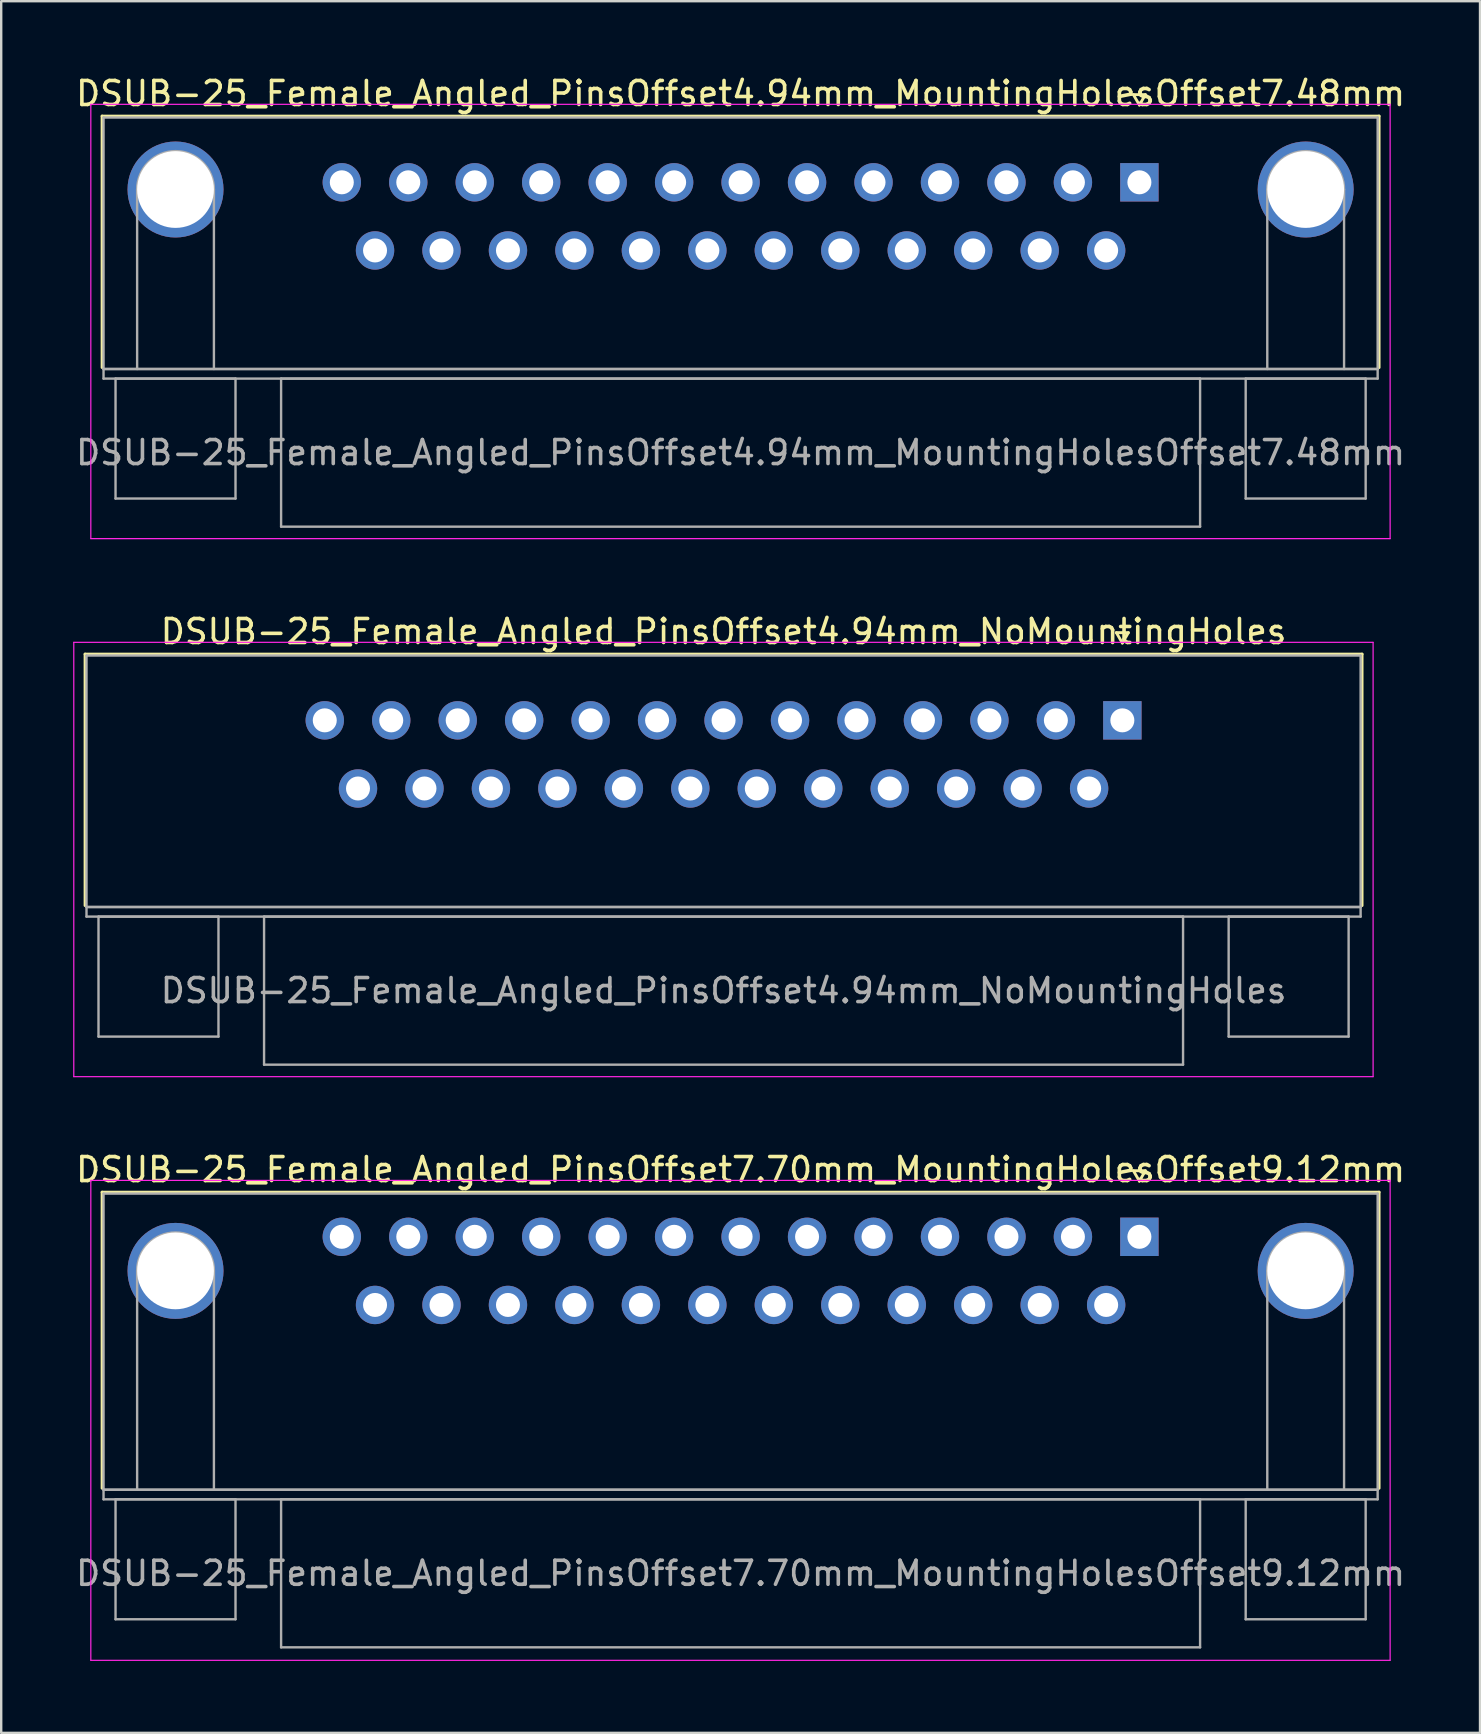
<source format=kicad_pcb>
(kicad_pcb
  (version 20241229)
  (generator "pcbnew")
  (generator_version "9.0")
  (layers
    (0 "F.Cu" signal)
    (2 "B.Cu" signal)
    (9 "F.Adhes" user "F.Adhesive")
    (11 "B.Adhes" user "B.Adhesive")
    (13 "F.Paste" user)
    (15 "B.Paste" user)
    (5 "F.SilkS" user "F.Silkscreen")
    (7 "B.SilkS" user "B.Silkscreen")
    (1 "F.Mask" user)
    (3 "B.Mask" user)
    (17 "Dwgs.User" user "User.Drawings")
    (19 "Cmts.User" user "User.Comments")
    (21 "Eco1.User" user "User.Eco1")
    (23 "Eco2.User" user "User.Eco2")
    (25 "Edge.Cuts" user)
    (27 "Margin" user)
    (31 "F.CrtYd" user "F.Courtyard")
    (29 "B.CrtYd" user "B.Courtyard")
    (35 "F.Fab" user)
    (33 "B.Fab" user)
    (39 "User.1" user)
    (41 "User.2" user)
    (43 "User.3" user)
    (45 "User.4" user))
  (footprint "DSUB-25_Female_Angled_PinsOffset4.94mm_NoMountingHoles"
    (layer "F.Cu")
    (at 43.725 26.971)
    (property "Reference" "DSUB-25_Female_Angled_PinsOffset4.94mm_NoMountingHoles" (at -16.62 -3.7 0) (layer "F.SilkS") (effects (font (size 1 1) (thickness 0.15))))
    (attr through_hole)
    (fp_line (start -43.23 -2.76) (end 9.99 -2.76) (stroke (width 0.12) (type solid)) (layer "F.SilkS"))
    (fp_line (start -43.23 7.72) (end -43.23 -2.76) (stroke (width 0.12) (type solid)) (layer "F.SilkS"))
    (fp_line (start -0.25 -3.654) (end 0.25 -3.654) (stroke (width 0.12) (type solid)) (layer "F.SilkS"))
    (fp_line (start 0 -3.221) (end -0.25 -3.654) (stroke (width 0.12) (type solid)) (layer "F.SilkS"))
    (fp_line (start 0.25 -3.654) (end 0 -3.221) (stroke (width 0.12) (type solid)) (layer "F.SilkS"))
    (fp_line (start 9.99 -2.76) (end 9.99 7.72) (stroke (width 0.12) (type solid)) (layer "F.SilkS"))
    (fp_line (start -43.7 -3.25) (end -43.7 14.85) (stroke (width 0.05) (type solid)) (layer "F.CrtYd"))
    (fp_line (start -43.7 14.85) (end 10.45 14.85) (stroke (width 0.05) (type solid)) (layer "F.CrtYd"))
    (fp_line (start 10.45 -3.25) (end -43.7 -3.25) (stroke (width 0.05) (type solid)) (layer "F.CrtYd"))
    (fp_line (start 10.45 14.85) (end 10.45 -3.25) (stroke (width 0.05) (type solid)) (layer "F.CrtYd"))
    (fp_line (start -43.17 -2.7) (end -43.17 7.78) (stroke (width 0.1) (type solid)) (layer "F.Fab"))
    (fp_line (start -43.17 7.78) (end -43.17 8.18) (stroke (width 0.1) (type solid)) (layer "F.Fab"))
    (fp_line (start -43.17 7.78) (end 9.93 7.78) (stroke (width 0.1) (type solid)) (layer "F.Fab"))
    (fp_line (start -43.17 8.18) (end 9.93 8.18) (stroke (width 0.1) (type solid)) (layer "F.Fab"))
    (fp_line (start -42.67 8.18) (end -42.67 13.18) (stroke (width 0.1) (type solid)) (layer "F.Fab"))
    (fp_line (start -42.67 13.18) (end -37.67 13.18) (stroke (width 0.1) (type solid)) (layer "F.Fab"))
    (fp_line (start -37.67 8.18) (end -42.67 8.18) (stroke (width 0.1) (type solid)) (layer "F.Fab"))
    (fp_line (start -37.67 13.18) (end -37.67 8.18) (stroke (width 0.1) (type solid)) (layer "F.Fab"))
    (fp_line (start -35.77 8.18) (end -35.77 14.35) (stroke (width 0.1) (type solid)) (layer "F.Fab"))
    (fp_line (start -35.77 14.35) (end 2.53 14.35) (stroke (width 0.1) (type solid)) (layer "F.Fab"))
    (fp_line (start 2.53 8.18) (end -35.77 8.18) (stroke (width 0.1) (type solid)) (layer "F.Fab"))
    (fp_line (start 2.53 14.35) (end 2.53 8.18) (stroke (width 0.1) (type solid)) (layer "F.Fab"))
    (fp_line (start 4.43 8.18) (end 4.43 13.18) (stroke (width 0.1) (type solid)) (layer "F.Fab"))
    (fp_line (start 4.43 13.18) (end 9.43 13.18) (stroke (width 0.1) (type solid)) (layer "F.Fab"))
    (fp_line (start 9.43 8.18) (end 4.43 8.18) (stroke (width 0.1) (type solid)) (layer "F.Fab"))
    (fp_line (start 9.43 13.18) (end 9.43 8.18) (stroke (width 0.1) (type solid)) (layer "F.Fab"))
    (fp_line (start 9.93 -2.7) (end -43.17 -2.7) (stroke (width 0.1) (type solid)) (layer "F.Fab"))
    (fp_line (start 9.93 7.78) (end -43.17 7.78) (stroke (width 0.1) (type solid)) (layer "F.Fab"))
    (fp_line (start 9.93 7.78) (end 9.93 -2.7) (stroke (width 0.1) (type solid)) (layer "F.Fab"))
    (fp_line (start 9.93 8.18) (end 9.93 7.78) (stroke (width 0.1) (type solid)) (layer "F.Fab"))
    (fp_text user "${REFERENCE}" (at -16.62 11.265 0) (layer "F.Fab") (effects (font (size 1 1) (thickness 0.15))))
    (pad "1" thru_hole rect (at 0 0) (size 1.6 1.6) (drill 1) (layers "*.Cu" "*.Mask"))
    (pad "2" thru_hole circle (at -2.77 0) (size 1.6 1.6) (drill 1) (layers "*.Cu" "*.Mask"))
    (pad "3" thru_hole circle (at -5.54 0) (size 1.6 1.6) (drill 1) (layers "*.Cu" "*.Mask"))
    (pad "4" thru_hole circle (at -8.31 0) (size 1.6 1.6) (drill 1) (layers "*.Cu" "*.Mask"))
    (pad "5" thru_hole circle (at -11.08 0) (size 1.6 1.6) (drill 1) (layers "*.Cu" "*.Mask"))
    (pad "6" thru_hole circle (at -13.85 0) (size 1.6 1.6) (drill 1) (layers "*.Cu" "*.Mask"))
    (pad "7" thru_hole circle (at -16.62 0) (size 1.6 1.6) (drill 1) (layers "*.Cu" "*.Mask"))
    (pad "8" thru_hole circle (at -19.39 0) (size 1.6 1.6) (drill 1) (layers "*.Cu" "*.Mask"))
    (pad "9" thru_hole circle (at -22.16 0) (size 1.6 1.6) (drill 1) (layers "*.Cu" "*.Mask"))
    (pad "10" thru_hole circle (at -24.93 0) (size 1.6 1.6) (drill 1) (layers "*.Cu" "*.Mask"))
    (pad "11" thru_hole circle (at -27.7 0) (size 1.6 1.6) (drill 1) (layers "*.Cu" "*.Mask"))
    (pad "12" thru_hole circle (at -30.47 0) (size 1.6 1.6) (drill 1) (layers "*.Cu" "*.Mask"))
    (pad "13" thru_hole circle (at -33.24 0) (size 1.6 1.6) (drill 1) (layers "*.Cu" "*.Mask"))
    (pad "14" thru_hole circle (at -1.385 2.84) (size 1.6 1.6) (drill 1) (layers "*.Cu" "*.Mask"))
    (pad "15" thru_hole circle (at -4.155 2.84) (size 1.6 1.6) (drill 1) (layers "*.Cu" "*.Mask"))
    (pad "16" thru_hole circle (at -6.925 2.84) (size 1.6 1.6) (drill 1) (layers "*.Cu" "*.Mask"))
    (pad "17" thru_hole circle (at -9.695 2.84) (size 1.6 1.6) (drill 1) (layers "*.Cu" "*.Mask"))
    (pad "18" thru_hole circle (at -12.465 2.84) (size 1.6 1.6) (drill 1) (layers "*.Cu" "*.Mask"))
    (pad "19" thru_hole circle (at -15.235 2.84) (size 1.6 1.6) (drill 1) (layers "*.Cu" "*.Mask"))
    (pad "20" thru_hole circle (at -18.005 2.84) (size 1.6 1.6) (drill 1) (layers "*.Cu" "*.Mask"))
    (pad "21" thru_hole circle (at -20.775 2.84) (size 1.6 1.6) (drill 1) (layers "*.Cu" "*.Mask"))
    (pad "22" thru_hole circle (at -23.545 2.84) (size 1.6 1.6) (drill 1) (layers "*.Cu" "*.Mask"))
    (pad "23" thru_hole circle (at -26.315 2.84) (size 1.6 1.6) (drill 1) (layers "*.Cu" "*.Mask"))
    (pad "24" thru_hole circle (at -29.085 2.84) (size 1.6 1.6) (drill 1) (layers "*.Cu" "*.Mask"))
    (pad "25" thru_hole circle (at -31.855 2.84) (size 1.6 1.6) (drill 1) (layers "*.Cu" "*.Mask")))
  (footprint "DSUB-25_Female_Angled_PinsOffset4.94mm_MountingHolesOffset7.48mm"
    (layer "F.Cu")
    (at 44.435 4.548)
    (property "Reference" "DSUB-25_Female_Angled_PinsOffset4.94mm_MountingHolesOffset7.48mm" (at -16.62 -3.7 0) (layer "F.SilkS") (effects (font (size 1 1) (thickness 0.15))))
    (attr through_hole)
    (fp_line (start -43.23 -2.76) (end 9.99 -2.76) (stroke (width 0.12) (type solid)) (layer "F.SilkS"))
    (fp_line (start -43.23 7.72) (end -43.23 -2.76) (stroke (width 0.12) (type solid)) (layer "F.SilkS"))
    (fp_line (start -0.25 -3.654) (end 0.25 -3.654) (stroke (width 0.12) (type solid)) (layer "F.SilkS"))
    (fp_line (start 0 -3.221) (end -0.25 -3.654) (stroke (width 0.12) (type solid)) (layer "F.SilkS"))
    (fp_line (start 0.25 -3.654) (end 0 -3.221) (stroke (width 0.12) (type solid)) (layer "F.SilkS"))
    (fp_line (start 9.99 -2.76) (end 9.99 7.72) (stroke (width 0.12) (type solid)) (layer "F.SilkS"))
    (fp_line (start -43.7 -3.25) (end -43.7 14.85) (stroke (width 0.05) (type solid)) (layer "F.CrtYd"))
    (fp_line (start -43.7 14.85) (end 10.45 14.85) (stroke (width 0.05) (type solid)) (layer "F.CrtYd"))
    (fp_line (start 10.45 -3.25) (end -43.7 -3.25) (stroke (width 0.05) (type solid)) (layer "F.CrtYd"))
    (fp_line (start 10.45 14.85) (end 10.45 -3.25) (stroke (width 0.05) (type solid)) (layer "F.CrtYd"))
    (fp_line (start -43.17 -2.7) (end -43.17 7.78) (stroke (width 0.1) (type solid)) (layer "F.Fab"))
    (fp_line (start -43.17 7.78) (end -43.17 8.18) (stroke (width 0.1) (type solid)) (layer "F.Fab"))
    (fp_line (start -43.17 7.78) (end 9.93 7.78) (stroke (width 0.1) (type solid)) (layer "F.Fab"))
    (fp_line (start -43.17 8.18) (end 9.93 8.18) (stroke (width 0.1) (type solid)) (layer "F.Fab"))
    (fp_line (start -42.67 8.18) (end -42.67 13.18) (stroke (width 0.1) (type solid)) (layer "F.Fab"))
    (fp_line (start -42.67 13.18) (end -37.67 13.18) (stroke (width 0.1) (type solid)) (layer "F.Fab"))
    (fp_line (start -41.77 7.78) (end -41.77 0.3) (stroke (width 0.1) (type solid)) (layer "F.Fab"))
    (fp_line (start -38.57 7.78) (end -38.57 0.3) (stroke (width 0.1) (type solid)) (layer "F.Fab"))
    (fp_line (start -37.67 8.18) (end -42.67 8.18) (stroke (width 0.1) (type solid)) (layer "F.Fab"))
    (fp_line (start -37.67 13.18) (end -37.67 8.18) (stroke (width 0.1) (type solid)) (layer "F.Fab"))
    (fp_line (start -35.77 8.18) (end -35.77 14.35) (stroke (width 0.1) (type solid)) (layer "F.Fab"))
    (fp_line (start -35.77 14.35) (end 2.53 14.35) (stroke (width 0.1) (type solid)) (layer "F.Fab"))
    (fp_line (start 2.53 8.18) (end -35.77 8.18) (stroke (width 0.1) (type solid)) (layer "F.Fab"))
    (fp_line (start 2.53 14.35) (end 2.53 8.18) (stroke (width 0.1) (type solid)) (layer "F.Fab"))
    (fp_line (start 4.43 8.18) (end 4.43 13.18) (stroke (width 0.1) (type solid)) (layer "F.Fab"))
    (fp_line (start 4.43 13.18) (end 9.43 13.18) (stroke (width 0.1) (type solid)) (layer "F.Fab"))
    (fp_line (start 5.33 7.78) (end 5.33 0.3) (stroke (width 0.1) (type solid)) (layer "F.Fab"))
    (fp_line (start 8.53 7.78) (end 8.53 0.3) (stroke (width 0.1) (type solid)) (layer "F.Fab"))
    (fp_line (start 9.43 8.18) (end 4.43 8.18) (stroke (width 0.1) (type solid)) (layer "F.Fab"))
    (fp_line (start 9.43 13.18) (end 9.43 8.18) (stroke (width 0.1) (type solid)) (layer "F.Fab"))
    (fp_line (start 9.93 -2.7) (end -43.17 -2.7) (stroke (width 0.1) (type solid)) (layer "F.Fab"))
    (fp_line (start 9.93 7.78) (end -43.17 7.78) (stroke (width 0.1) (type solid)) (layer "F.Fab"))
    (fp_line (start 9.93 7.78) (end 9.93 -2.7) (stroke (width 0.1) (type solid)) (layer "F.Fab"))
    (fp_line (start 9.93 8.18) (end 9.93 7.78) (stroke (width 0.1) (type solid)) (layer "F.Fab"))
    (fp_arc (start -41.77 0.3) (mid -40.17 -1.3) (end -38.57 0.3) (stroke (width 0.1) (type solid)) (layer "F.Fab"))
    (fp_arc (start 5.33 0.3) (mid 6.93 -1.3) (end 8.53 0.3) (stroke (width 0.1) (type solid)) (layer "F.Fab"))
    (fp_text user "${REFERENCE}" (at -16.62 11.265 0) (layer "F.Fab") (effects (font (size 1 1) (thickness 0.15))))
    (pad "0" thru_hole circle (at -40.17 0.3) (size 4 4) (drill 3.2) (layers "*.Cu" "*.Mask"))
    (pad "0" thru_hole circle (at 6.93 0.3) (size 4 4) (drill 3.2) (layers "*.Cu" "*.Mask"))
    (pad "1" thru_hole rect (at 0 0) (size 1.6 1.6) (drill 1) (layers "*.Cu" "*.Mask"))
    (pad "2" thru_hole circle (at -2.77 0) (size 1.6 1.6) (drill 1) (layers "*.Cu" "*.Mask"))
    (pad "3" thru_hole circle (at -5.54 0) (size 1.6 1.6) (drill 1) (layers "*.Cu" "*.Mask"))
    (pad "4" thru_hole circle (at -8.31 0) (size 1.6 1.6) (drill 1) (layers "*.Cu" "*.Mask"))
    (pad "5" thru_hole circle (at -11.08 0) (size 1.6 1.6) (drill 1) (layers "*.Cu" "*.Mask"))
    (pad "6" thru_hole circle (at -13.85 0) (size 1.6 1.6) (drill 1) (layers "*.Cu" "*.Mask"))
    (pad "7" thru_hole circle (at -16.62 0) (size 1.6 1.6) (drill 1) (layers "*.Cu" "*.Mask"))
    (pad "8" thru_hole circle (at -19.39 0) (size 1.6 1.6) (drill 1) (layers "*.Cu" "*.Mask"))
    (pad "9" thru_hole circle (at -22.16 0) (size 1.6 1.6) (drill 1) (layers "*.Cu" "*.Mask"))
    (pad "10" thru_hole circle (at -24.93 0) (size 1.6 1.6) (drill 1) (layers "*.Cu" "*.Mask"))
    (pad "11" thru_hole circle (at -27.7 0) (size 1.6 1.6) (drill 1) (layers "*.Cu" "*.Mask"))
    (pad "12" thru_hole circle (at -30.47 0) (size 1.6 1.6) (drill 1) (layers "*.Cu" "*.Mask"))
    (pad "13" thru_hole circle (at -33.24 0) (size 1.6 1.6) (drill 1) (layers "*.Cu" "*.Mask"))
    (pad "14" thru_hole circle (at -1.385 2.84) (size 1.6 1.6) (drill 1) (layers "*.Cu" "*.Mask"))
    (pad "15" thru_hole circle (at -4.155 2.84) (size 1.6 1.6) (drill 1) (layers "*.Cu" "*.Mask"))
    (pad "16" thru_hole circle (at -6.925 2.84) (size 1.6 1.6) (drill 1) (layers "*.Cu" "*.Mask"))
    (pad "17" thru_hole circle (at -9.695 2.84) (size 1.6 1.6) (drill 1) (layers "*.Cu" "*.Mask"))
    (pad "18" thru_hole circle (at -12.465 2.84) (size 1.6 1.6) (drill 1) (layers "*.Cu" "*.Mask"))
    (pad "19" thru_hole circle (at -15.235 2.84) (size 1.6 1.6) (drill 1) (layers "*.Cu" "*.Mask"))
    (pad "20" thru_hole circle (at -18.005 2.84) (size 1.6 1.6) (drill 1) (layers "*.Cu" "*.Mask"))
    (pad "21" thru_hole circle (at -20.775 2.84) (size 1.6 1.6) (drill 1) (layers "*.Cu" "*.Mask"))
    (pad "22" thru_hole circle (at -23.545 2.84) (size 1.6 1.6) (drill 1) (layers "*.Cu" "*.Mask"))
    (pad "23" thru_hole circle (at -26.315 2.84) (size 1.6 1.6) (drill 1) (layers "*.Cu" "*.Mask"))
    (pad "24" thru_hole circle (at -29.085 2.84) (size 1.6 1.6) (drill 1) (layers "*.Cu" "*.Mask"))
    (pad "25" thru_hole circle (at -31.855 2.84) (size 1.6 1.6) (drill 1) (layers "*.Cu" "*.Mask")))
  (footprint "DSUB-25_Female_Angled_PinsOffset7.70mm_MountingHolesOffset9.12mm"
    (layer "F.Cu")
    (at 44.435 48.495)
    (property "Reference" "DSUB-25_Female_Angled_PinsOffset7.70mm_MountingHolesOffset9.12mm" (at -16.62 -2.8 0) (layer "F.SilkS") (effects (font (size 1 1) (thickness 0.15))))
    (attr through_hole)
    (fp_line (start -43.23 -1.86) (end 9.99 -1.86) (stroke (width 0.12) (type solid)) (layer "F.SilkS"))
    (fp_line (start -43.23 10.48) (end -43.23 -1.86) (stroke (width 0.12) (type solid)) (layer "F.SilkS"))
    (fp_line (start -0.25 -2.754) (end 0.25 -2.754) (stroke (width 0.12) (type solid)) (layer "F.SilkS"))
    (fp_line (start 0 -2.321) (end -0.25 -2.754) (stroke (width 0.12) (type solid)) (layer "F.SilkS"))
    (fp_line (start 0.25 -2.754) (end 0 -2.321) (stroke (width 0.12) (type solid)) (layer "F.SilkS"))
    (fp_line (start 9.99 -1.86) (end 9.99 10.48) (stroke (width 0.12) (type solid)) (layer "F.SilkS"))
    (fp_line (start -43.7 -2.35) (end -43.7 17.65) (stroke (width 0.05) (type solid)) (layer "F.CrtYd"))
    (fp_line (start -43.7 17.65) (end 10.45 17.65) (stroke (width 0.05) (type solid)) (layer "F.CrtYd"))
    (fp_line (start 10.45 -2.35) (end -43.7 -2.35) (stroke (width 0.05) (type solid)) (layer "F.CrtYd"))
    (fp_line (start 10.45 17.65) (end 10.45 -2.35) (stroke (width 0.05) (type solid)) (layer "F.CrtYd"))
    (fp_line (start -43.17 -1.8) (end -43.17 10.54) (stroke (width 0.1) (type solid)) (layer "F.Fab"))
    (fp_line (start -43.17 10.54) (end -43.17 10.94) (stroke (width 0.1) (type solid)) (layer "F.Fab"))
    (fp_line (start -43.17 10.54) (end 9.93 10.54) (stroke (width 0.1) (type solid)) (layer "F.Fab"))
    (fp_line (start -43.17 10.94) (end 9.93 10.94) (stroke (width 0.1) (type solid)) (layer "F.Fab"))
    (fp_line (start -42.67 10.94) (end -42.67 15.94) (stroke (width 0.1) (type solid)) (layer "F.Fab"))
    (fp_line (start -42.67 15.94) (end -37.67 15.94) (stroke (width 0.1) (type solid)) (layer "F.Fab"))
    (fp_line (start -41.77 10.54) (end -41.77 1.42) (stroke (width 0.1) (type solid)) (layer "F.Fab"))
    (fp_line (start -38.57 10.54) (end -38.57 1.42) (stroke (width 0.1) (type solid)) (layer "F.Fab"))
    (fp_line (start -37.67 10.94) (end -42.67 10.94) (stroke (width 0.1) (type solid)) (layer "F.Fab"))
    (fp_line (start -37.67 15.94) (end -37.67 10.94) (stroke (width 0.1) (type solid)) (layer "F.Fab"))
    (fp_line (start -35.77 10.94) (end -35.77 17.11) (stroke (width 0.1) (type solid)) (layer "F.Fab"))
    (fp_line (start -35.77 17.11) (end 2.53 17.11) (stroke (width 0.1) (type solid)) (layer "F.Fab"))
    (fp_line (start 2.53 10.94) (end -35.77 10.94) (stroke (width 0.1) (type solid)) (layer "F.Fab"))
    (fp_line (start 2.53 17.11) (end 2.53 10.94) (stroke (width 0.1) (type solid)) (layer "F.Fab"))
    (fp_line (start 4.43 10.94) (end 4.43 15.94) (stroke (width 0.1) (type solid)) (layer "F.Fab"))
    (fp_line (start 4.43 15.94) (end 9.43 15.94) (stroke (width 0.1) (type solid)) (layer "F.Fab"))
    (fp_line (start 5.33 10.54) (end 5.33 1.42) (stroke (width 0.1) (type solid)) (layer "F.Fab"))
    (fp_line (start 8.53 10.54) (end 8.53 1.42) (stroke (width 0.1) (type solid)) (layer "F.Fab"))
    (fp_line (start 9.43 10.94) (end 4.43 10.94) (stroke (width 0.1) (type solid)) (layer "F.Fab"))
    (fp_line (start 9.43 15.94) (end 9.43 10.94) (stroke (width 0.1) (type solid)) (layer "F.Fab"))
    (fp_line (start 9.93 -1.8) (end -43.17 -1.8) (stroke (width 0.1) (type solid)) (layer "F.Fab"))
    (fp_line (start 9.93 10.54) (end -43.17 10.54) (stroke (width 0.1) (type solid)) (layer "F.Fab"))
    (fp_line (start 9.93 10.54) (end 9.93 -1.8) (stroke (width 0.1) (type solid)) (layer "F.Fab"))
    (fp_line (start 9.93 10.94) (end 9.93 10.54) (stroke (width 0.1) (type solid)) (layer "F.Fab"))
    (fp_arc (start -41.77 1.42) (mid -40.17 -0.18) (end -38.57 1.42) (stroke (width 0.1) (type solid)) (layer "F.Fab"))
    (fp_arc (start 5.33 1.42) (mid 6.93 -0.18) (end 8.53 1.42) (stroke (width 0.1) (type solid)) (layer "F.Fab"))
    (fp_text user "${REFERENCE}" (at -16.62 14.025 0) (layer "F.Fab") (effects (font (size 1 1) (thickness 0.15))))
    (pad "0" thru_hole circle (at -40.17 1.42) (size 4 4) (drill 3.2) (layers "*.Cu" "*.Mask"))
    (pad "0" thru_hole circle (at 6.93 1.42) (size 4 4) (drill 3.2) (layers "*.Cu" "*.Mask"))
    (pad "1" thru_hole rect (at 0 0) (size 1.6 1.6) (drill 1) (layers "*.Cu" "*.Mask"))
    (pad "2" thru_hole circle (at -2.77 0) (size 1.6 1.6) (drill 1) (layers "*.Cu" "*.Mask"))
    (pad "3" thru_hole circle (at -5.54 0) (size 1.6 1.6) (drill 1) (layers "*.Cu" "*.Mask"))
    (pad "4" thru_hole circle (at -8.31 0) (size 1.6 1.6) (drill 1) (layers "*.Cu" "*.Mask"))
    (pad "5" thru_hole circle (at -11.08 0) (size 1.6 1.6) (drill 1) (layers "*.Cu" "*.Mask"))
    (pad "6" thru_hole circle (at -13.85 0) (size 1.6 1.6) (drill 1) (layers "*.Cu" "*.Mask"))
    (pad "7" thru_hole circle (at -16.62 0) (size 1.6 1.6) (drill 1) (layers "*.Cu" "*.Mask"))
    (pad "8" thru_hole circle (at -19.39 0) (size 1.6 1.6) (drill 1) (layers "*.Cu" "*.Mask"))
    (pad "9" thru_hole circle (at -22.16 0) (size 1.6 1.6) (drill 1) (layers "*.Cu" "*.Mask"))
    (pad "10" thru_hole circle (at -24.93 0) (size 1.6 1.6) (drill 1) (layers "*.Cu" "*.Mask"))
    (pad "11" thru_hole circle (at -27.7 0) (size 1.6 1.6) (drill 1) (layers "*.Cu" "*.Mask"))
    (pad "12" thru_hole circle (at -30.47 0) (size 1.6 1.6) (drill 1) (layers "*.Cu" "*.Mask"))
    (pad "13" thru_hole circle (at -33.24 0) (size 1.6 1.6) (drill 1) (layers "*.Cu" "*.Mask"))
    (pad "14" thru_hole circle (at -1.385 2.84) (size 1.6 1.6) (drill 1) (layers "*.Cu" "*.Mask"))
    (pad "15" thru_hole circle (at -4.155 2.84) (size 1.6 1.6) (drill 1) (layers "*.Cu" "*.Mask"))
    (pad "16" thru_hole circle (at -6.925 2.84) (size 1.6 1.6) (drill 1) (layers "*.Cu" "*.Mask"))
    (pad "17" thru_hole circle (at -9.695 2.84) (size 1.6 1.6) (drill 1) (layers "*.Cu" "*.Mask"))
    (pad "18" thru_hole circle (at -12.465 2.84) (size 1.6 1.6) (drill 1) (layers "*.Cu" "*.Mask"))
    (pad "19" thru_hole circle (at -15.235 2.84) (size 1.6 1.6) (drill 1) (layers "*.Cu" "*.Mask"))
    (pad "20" thru_hole circle (at -18.005 2.84) (size 1.6 1.6) (drill 1) (layers "*.Cu" "*.Mask"))
    (pad "21" thru_hole circle (at -20.775 2.84) (size 1.6 1.6) (drill 1) (layers "*.Cu" "*.Mask"))
    (pad "22" thru_hole circle (at -23.545 2.84) (size 1.6 1.6) (drill 1) (layers "*.Cu" "*.Mask"))
    (pad "23" thru_hole circle (at -26.315 2.84) (size 1.6 1.6) (drill 1) (layers "*.Cu" "*.Mask"))
    (pad "24" thru_hole circle (at -29.085 2.84) (size 1.6 1.6) (drill 1) (layers "*.Cu" "*.Mask"))
    (pad "25" thru_hole circle (at -31.855 2.84) (size 1.6 1.6) (drill 1) (layers "*.Cu" "*.Mask")))
  (gr_rect
    (start -3 -3)
    (end 58.631 69.17)
    (stroke (width 0.1) (type default))
    (fill no)
    (layer "Edge.Cuts")))
</source>
